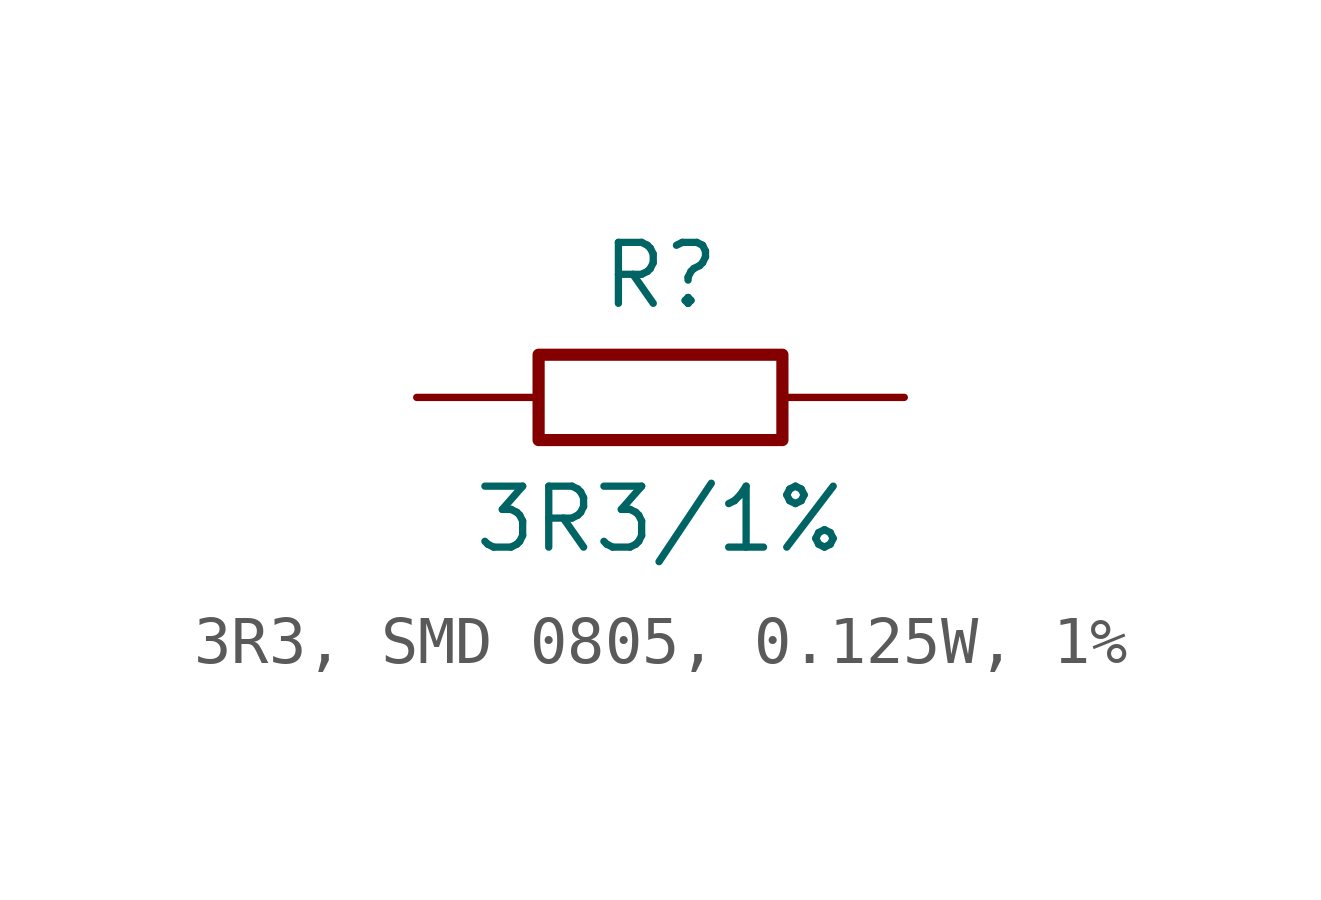
<source format=kicad_sym>
(kicad_symbol_lib
  (version 20241209)
  (generator "kicad_symbol_editor")
  (generator_version "9.0")
  (symbol "3R3, SMD 0805, 0.125W, 1%"
    (pin_numbers
      (hide yes))
    (pin_names
      (offset 0)
      (hide yes))
    (property "Reference" "R"
      (at 0 2.54 0)
      (effects (font (size 1.27 1.27))))
    (property "Value" "3R3/1%"
      (at 0 -2.54 0)
      (effects (font (size 1.27 1.27))))
    (symbol "3R3, SMD 0805, 0.125W, 1%_0_1"
      (rectangle (start -2.54 0.889) (end 2.54 -0.889) (stroke (width 0.254) (type default)) (fill (type none))))
    (symbol "3R3, SMD 0805, 0.125W, 1%_1_1"
      (pin passive line (at -5.08 0 0) (length 2.54) (name "1" (effects (font (size 1.27 1.27)))) (number "1" (effects (font (size 1.27 1.27)))))
      (pin passive line (at 5.08 0 180) (length 2.54) (name "2" (effects (font (size 1.27 1.27)))) (number "2" (effects (font (size 1.27 1.27))))))))
</source>
